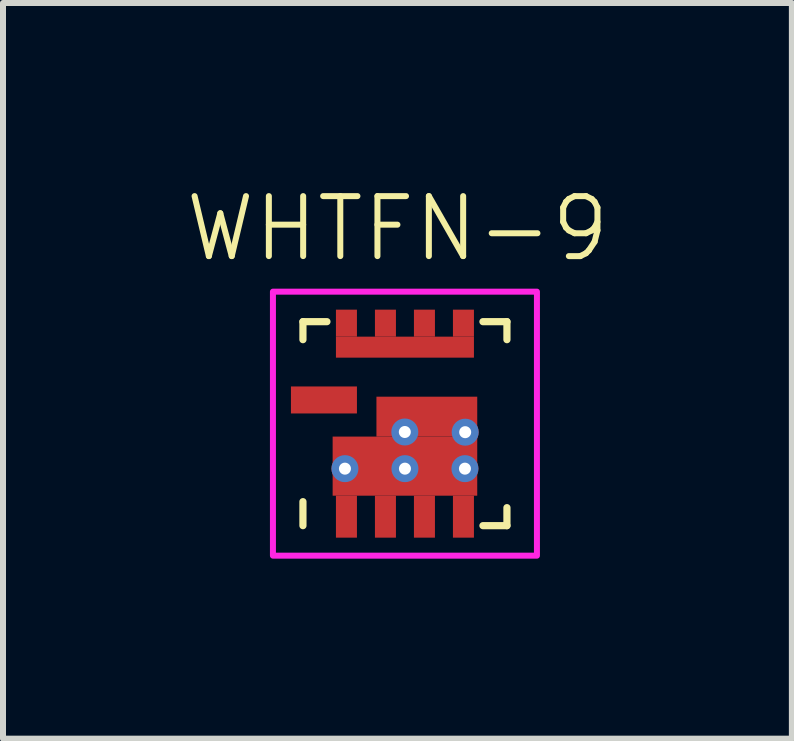
<source format=kicad_pcb>
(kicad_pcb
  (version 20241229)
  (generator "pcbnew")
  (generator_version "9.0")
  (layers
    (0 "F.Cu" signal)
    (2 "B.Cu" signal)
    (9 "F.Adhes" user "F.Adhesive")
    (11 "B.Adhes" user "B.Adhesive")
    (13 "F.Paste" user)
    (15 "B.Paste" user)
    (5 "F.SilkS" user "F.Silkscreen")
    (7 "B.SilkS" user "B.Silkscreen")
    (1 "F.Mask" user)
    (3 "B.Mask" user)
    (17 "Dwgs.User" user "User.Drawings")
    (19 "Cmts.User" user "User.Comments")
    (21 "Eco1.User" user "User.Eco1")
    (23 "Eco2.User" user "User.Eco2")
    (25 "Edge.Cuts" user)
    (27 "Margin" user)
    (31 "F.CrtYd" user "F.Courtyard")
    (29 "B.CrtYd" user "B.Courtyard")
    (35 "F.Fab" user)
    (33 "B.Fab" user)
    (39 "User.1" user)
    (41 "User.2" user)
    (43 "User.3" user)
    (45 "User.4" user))
  (footprint "WHTFN-9"
    (layer "F.Cu")
    (at 3.699 4.011)
    (property "Reference" "WHTFN-9" (at -0.125 -3.25 0) (layer "F.SilkS") (effects (font (size 1 1) (thickness 0.1))))
    (attr smd)
    (fp_line (start -1.7 -1.7) (end -1.7 -1.4) (stroke (width 0.12) (type solid)) (layer "F.SilkS"))
    (fp_line (start -1.7 1.3) (end -1.7 1.7) (stroke (width 0.12) (type solid)) (layer "F.SilkS"))
    (fp_line (start -1.3 -1.7) (end -1.7 -1.7) (stroke (width 0.12) (type solid)) (layer "F.SilkS"))
    (fp_line (start 1.7 -1.7) (end 1.3 -1.7) (stroke (width 0.12) (type solid)) (layer "F.SilkS"))
    (fp_line (start 1.7 -1.4) (end 1.7 -1.7) (stroke (width 0.12) (type solid)) (layer "F.SilkS"))
    (fp_line (start 1.7 1.7) (end 1.3 1.7) (stroke (width 0.12) (type solid)) (layer "F.SilkS"))
    (fp_line (start 1.7 1.7) (end 1.7 1.4) (stroke (width 0.12) (type solid)) (layer "F.SilkS"))
    (fp_rect (start -2.2 -2.2) (end 2.2 2.2) (stroke (width 0.1) (type default)) (fill no) (layer "F.CrtYd"))
    (pad "" smd roundrect (at -1.664 -0.396) (size 0.467 0.444) (layers "F.Paste") (roundrect_rratio 0.1))
    (pad "" smd roundrect (at -1.017 -0.398) (size 0.431 0.439) (layers "F.Paste") (roundrect_rratio 0.1))
    (pad "" smd roundrect (at -0.978 -1.697) (size 0.345 0.396) (layers "F.Paste") (roundrect_rratio 0.1))
    (pad "" smd roundrect (at -0.977 1.625) (size 0.349 0.55) (layers "F.Paste") (roundrect_rratio 0.1))
    (pad "" smd roundrect (at -0.639 1.006) (size 1.121 0.385) (layers "F.Paste") (roundrect_rratio 0.1))
    (pad "" smd roundrect (at -0.639 0.417) (size 1.121 0.385) (layers "F.Paste") (roundrect_rratio 0.1))
    (pad "" smd roundrect (at -0.629 -1.218) (size 1.042 0.232) (layers "F.Paste") (roundrect_rratio 0.1))
    (pad "" smd roundrect (at -0.327 1.626) (size 0.349 0.55) (layers "F.Paste") (roundrect_rratio 0.1))
    (pad "" smd roundrect (at -0.324 -1.702) (size 0.345 0.396) (layers "F.Paste") (roundrect_rratio 0.1))
    (pad "" smd roundrect (at 0.323 -1.705) (size 0.345 0.396) (layers "F.Paste") (roundrect_rratio 0.1))
    (pad "" smd roundrect (at 0.325 1.625) (size 0.349 0.55) (layers "F.Paste") (roundrect_rratio 0.1))
    (pad "" smd roundrect (at 0.362 -0.203) (size 1.668 0.488) (layers "F.Paste") (roundrect_rratio 0.1))
    (pad "" smd roundrect (at 0.628 -1.216) (size 1.042 0.232) (layers "F.Paste") (roundrect_rratio 0.1))
    (pad "" smd roundrect (at 0.638 0.424) (size 1.121 0.385) (layers "F.Paste") (roundrect_rratio 0.1))
    (pad "" smd roundrect (at 0.638 1.005) (size 1.121 0.385) (layers "F.Paste") (roundrect_rratio 0.1))
    (pad "" smd roundrect (at 0.974 1.626) (size 0.349 0.55) (layers "F.Paste") (roundrect_rratio 0.1))
    (pad "" smd roundrect (at 0.975 -1.702) (size 0.345 0.396) (layers "F.Paste") (roundrect_rratio 0.1))
    (pad "1" thru_hole circle (at -1 0.75) (size 0.45 0.45) (drill 0.2) (property pad_prop_heatsink) (layers "*.Cu"))
    (pad "1" smd rect (at -0.975 1.55) (size 0.35 0.7) (layers "F.Cu" "F.Mask"))
    (pad "1" smd rect (at -0.325 1.55) (size 0.35 0.7) (layers "F.Cu" "F.Mask"))
    (pad "1" thru_hole circle (at -0.002 0.139) (size 0.45 0.45) (drill 0.2) (property pad_prop_heatsink) (layers "*.Cu"))
    (pad "1" smd rect (at 0 0.708 90) (size 0.985 2.41) (layers "F.Cu" "F.Mask"))
    (pad "1" thru_hole circle (at 0 0.75) (size 0.45 0.45) (drill 0.2) (property pad_prop_heatsink) (layers "*.Cu"))
    (pad "1" smd rect (at 0.325 1.55) (size 0.35 0.7) (layers "F.Cu" "F.Mask"))
    (pad "1" smd rect (at 0.365 -0.117 90) (size 0.665 1.68) (layers "F.Cu" "F.Mask"))
    (pad "1" smd rect (at 0.975 1.55) (size 0.35 0.7) (layers "F.Cu" "F.Mask"))
    (pad "1" thru_hole circle (at 1 0.75) (size 0.45 0.45) (drill 0.2) (property pad_prop_heatsink) (layers "*.Cu"))
    (pad "1" thru_hole circle (at 1.004 0.142) (size 0.45 0.45) (drill 0.2) (property pad_prop_heatsink) (layers "*.Cu"))
    (pad "5" smd rect (at -0.975 -1.675) (size 0.35 0.45) (layers "F.Cu" "F.Mask"))
    (pad "5" smd rect (at -0.325 -1.675) (size 0.35 0.45) (layers "F.Cu" "F.Mask"))
    (pad "5" smd rect (at 0 -1.275 90) (size 0.35 2.3) (layers "F.Cu" "F.Mask"))
    (pad "5" smd rect (at 0.325 -1.675) (size 0.35 0.45) (layers "F.Cu" "F.Mask"))
    (pad "5" smd rect (at 0.975 -1.675) (size 0.35 0.45) (layers "F.Cu" "F.Mask"))
    (pad "9" smd rect (at -1.35 -0.395 90) (size 0.45 1.1) (layers "F.Cu" "F.Mask")))
  (gr_rect
    (start -3 -3)
    (end 10.148 9.261)
    (stroke (width 0.1) (type default))
    (fill no)
    (layer "Edge.Cuts")))
</source>
